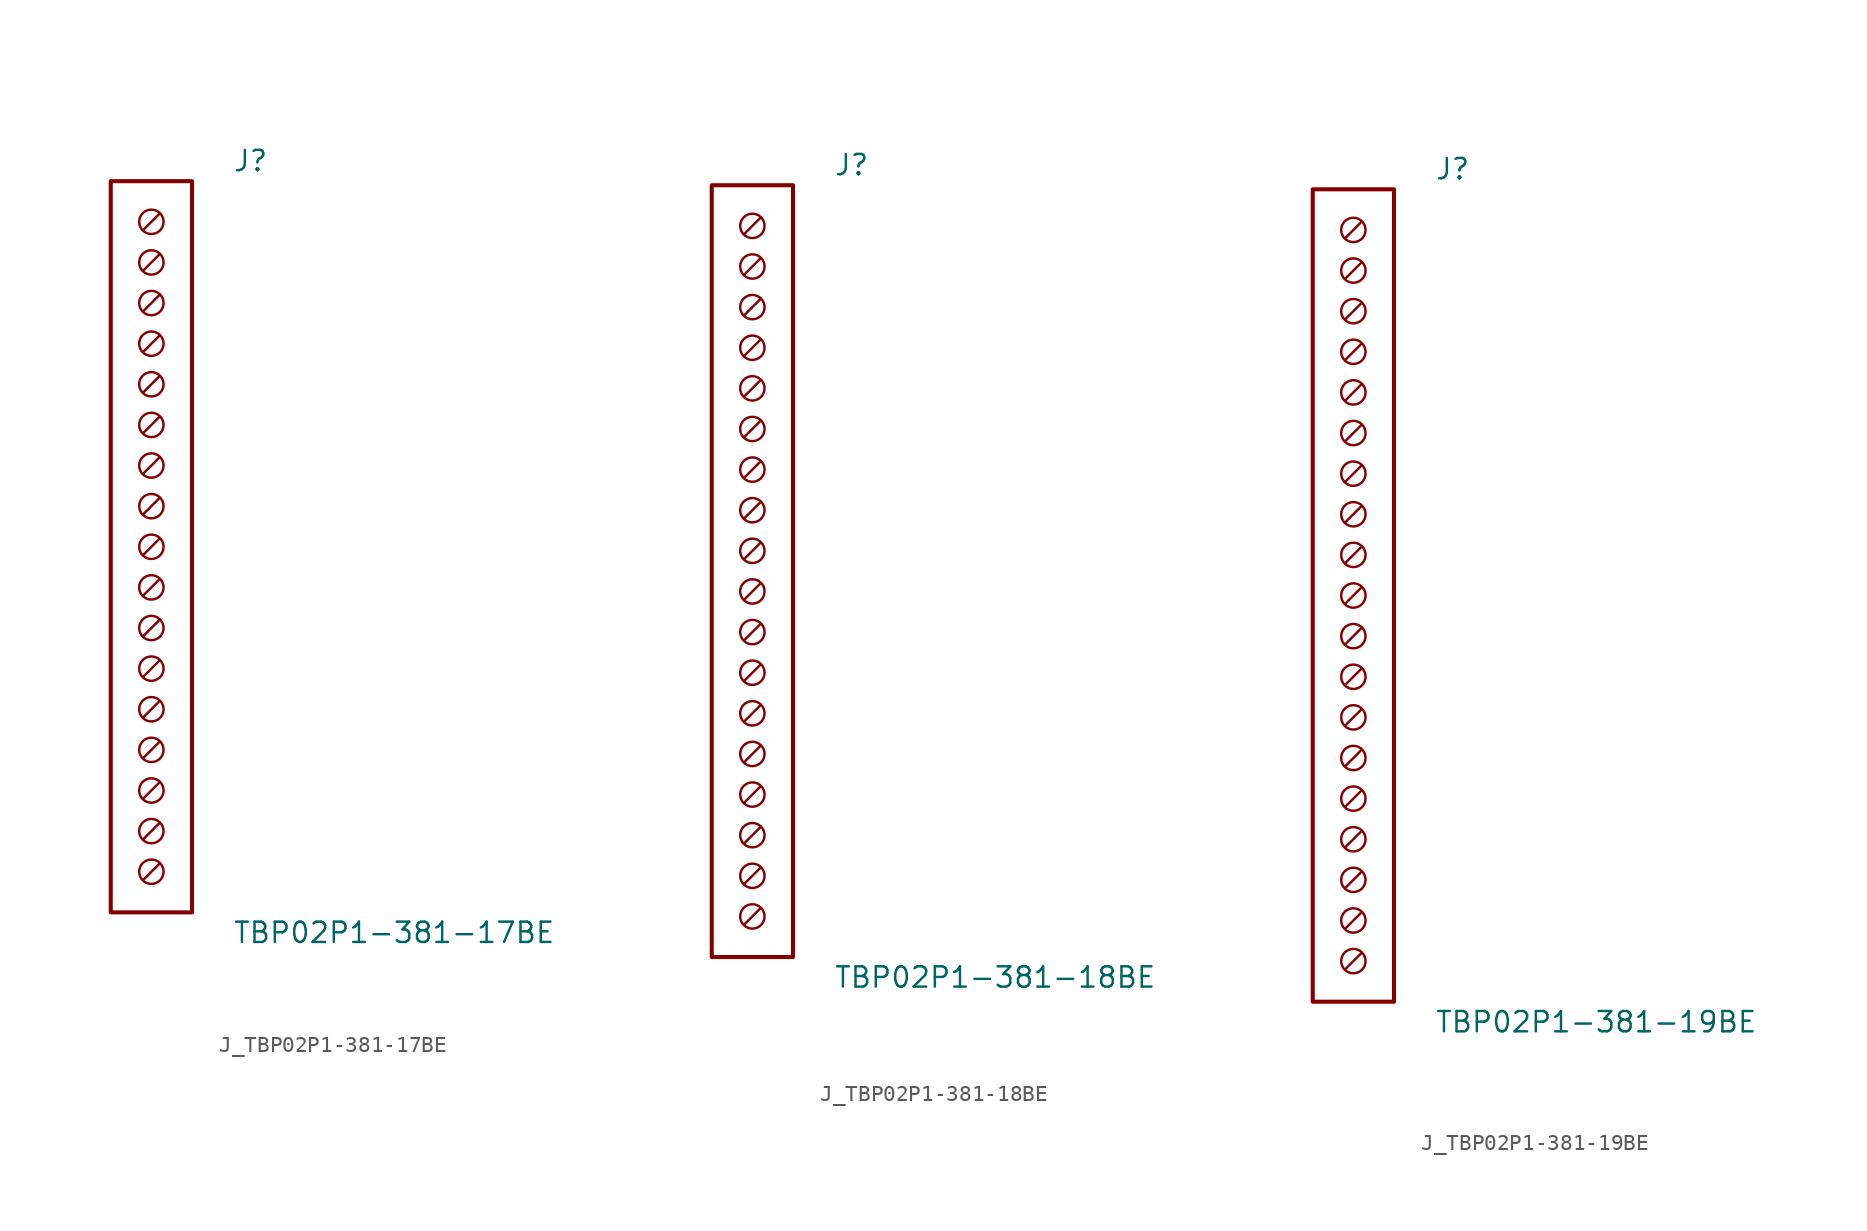
<source format=kicad_sym>
(kicad_symbol_lib
  (version 20231120)
  (generator kicad_symbol_editor)
  (generator_version 8.0)
  (symbol "J_TBP02P1-381-17BE"
    (pin_names
      (offset 0.254))
    (property "Reference" "J"
      (at 5.08 24.13 0)
      (effects (font (size 1.27 1.27)) (justify left)))
    (property "Value" "TBP02P1-381-17BE"
      (at 5.08 -24.13 0)
      (effects (font (size 1.27 1.27)) (justify left)))
    (symbol "J_TBP02P1-381-17BE_0_0"
      (circle (center 0 20.32) (radius 0.762) (stroke (width 0) (type default)) (fill (type none)))
      (polyline (pts (xy 0.508 20.828) (xy -0.508 19.812)) (stroke (width 0) (type default)) (fill (type none)))
      (circle (center 0 17.78) (radius 0.762) (stroke (width 0) (type default)) (fill (type none)))
      (polyline (pts (xy 0.508 18.288) (xy -0.508 17.272)) (stroke (width 0) (type default)) (fill (type none)))
      (circle (center 0 15.24) (radius 0.762) (stroke (width 0) (type default)) (fill (type none)))
      (polyline (pts (xy 0.508 15.748) (xy -0.508 14.732)) (stroke (width 0) (type default)) (fill (type none)))
      (circle (center 0 12.7) (radius 0.762) (stroke (width 0) (type default)) (fill (type none)))
      (polyline (pts (xy 0.508 13.208) (xy -0.508 12.192)) (stroke (width 0) (type default)) (fill (type none)))
      (circle (center 0 10.16) (radius 0.762) (stroke (width 0) (type default)) (fill (type none)))
      (polyline (pts (xy 0.508 10.668) (xy -0.508 9.652)) (stroke (width 0) (type default)) (fill (type none)))
      (circle (center 0 7.62) (radius 0.762) (stroke (width 0) (type default)) (fill (type none)))
      (polyline (pts (xy 0.508 8.128) (xy -0.508 7.112)) (stroke (width 0) (type default)) (fill (type none)))
      (circle (center 0 5.08) (radius 0.762) (stroke (width 0) (type default)) (fill (type none)))
      (polyline (pts (xy 0.508 5.588) (xy -0.508 4.572)) (stroke (width 0) (type default)) (fill (type none)))
      (circle (center 0 2.54) (radius 0.762) (stroke (width 0) (type default)) (fill (type none)))
      (polyline (pts (xy 0.508 3.048) (xy -0.508 2.032)) (stroke (width 0) (type default)) (fill (type none)))
      (circle (center 0 0.0) (radius 0.762) (stroke (width 0) (type default)) (fill (type none)))
      (polyline (pts (xy 0.508 0.508) (xy -0.508 -0.508)) (stroke (width 0) (type default)) (fill (type none)))
      (circle (center 0 -2.54) (radius 0.762) (stroke (width 0) (type default)) (fill (type none)))
      (polyline (pts (xy 0.508 -2.032) (xy -0.508 -3.048)) (stroke (width 0) (type default)) (fill (type none)))
      (circle (center 0 -5.08) (radius 0.762) (stroke (width 0) (type default)) (fill (type none)))
      (polyline (pts (xy 0.508 -4.572) (xy -0.508 -5.588)) (stroke (width 0) (type default)) (fill (type none)))
      (circle (center 0 -7.62) (radius 0.762) (stroke (width 0) (type default)) (fill (type none)))
      (polyline (pts (xy 0.508 -7.112) (xy -0.508 -8.128)) (stroke (width 0) (type default)) (fill (type none)))
      (circle (center 0 -10.16) (radius 0.762) (stroke (width 0) (type default)) (fill (type none)))
      (polyline (pts (xy 0.508 -9.652) (xy -0.508 -10.668)) (stroke (width 0) (type default)) (fill (type none)))
      (circle (center 0 -12.7) (radius 0.762) (stroke (width 0) (type default)) (fill (type none)))
      (polyline (pts (xy 0.508 -12.192) (xy -0.508 -13.208)) (stroke (width 0) (type default)) (fill (type none)))
      (circle (center 0 -15.24) (radius 0.762) (stroke (width 0) (type default)) (fill (type none)))
      (polyline (pts (xy 0.508 -14.732) (xy -0.508 -15.748)) (stroke (width 0) (type default)) (fill (type none)))
      (circle (center 0 -17.78) (radius 0.762) (stroke (width 0) (type default)) (fill (type none)))
      (polyline (pts (xy 0.508 -17.272) (xy -0.508 -18.288)) (stroke (width 0) (type default)) (fill (type none)))
      (circle (center 0 -20.32) (radius 0.762) (stroke (width 0) (type default)) (fill (type none)))
      (polyline (pts (xy 0.508 -19.812) (xy -0.508 -20.828)) (stroke (width 0) (type default)) (fill (type none))))
    (symbol "J_TBP02P1-381-17BE_1_0"
      (rectangle (start -2.54 22.86) (end 2.54 -22.86) (stroke (width 0.254) (type solid)) (fill (type none)))))
  (symbol "J_TBP02P1-381-18BE"
    (pin_names
      (offset 0.254))
    (property "Reference" "J"
      (at 5.08 25.4 0)
      (effects (font (size 1.27 1.27)) (justify left)))
    (property "Value" "TBP02P1-381-18BE"
      (at 5.08 -25.4 0)
      (effects (font (size 1.27 1.27)) (justify left)))
    (symbol "J_TBP02P1-381-18BE_0_0"
      (circle (center 0 21.59) (radius 0.762) (stroke (width 0) (type default)) (fill (type none)))
      (polyline (pts (xy 0.508 22.098) (xy -0.508 21.082)) (stroke (width 0) (type default)) (fill (type none)))
      (circle (center 0 19.05) (radius 0.762) (stroke (width 0) (type default)) (fill (type none)))
      (polyline (pts (xy 0.508 19.558) (xy -0.508 18.542)) (stroke (width 0) (type default)) (fill (type none)))
      (circle (center 0 16.51) (radius 0.762) (stroke (width 0) (type default)) (fill (type none)))
      (polyline (pts (xy 0.508 17.018) (xy -0.508 16.002)) (stroke (width 0) (type default)) (fill (type none)))
      (circle (center 0 13.97) (radius 0.762) (stroke (width 0) (type default)) (fill (type none)))
      (polyline (pts (xy 0.508 14.478) (xy -0.508 13.462)) (stroke (width 0) (type default)) (fill (type none)))
      (circle (center 0 11.43) (radius 0.762) (stroke (width 0) (type default)) (fill (type none)))
      (polyline (pts (xy 0.508 11.938) (xy -0.508 10.922)) (stroke (width 0) (type default)) (fill (type none)))
      (circle (center 0 8.89) (radius 0.762) (stroke (width 0) (type default)) (fill (type none)))
      (polyline (pts (xy 0.508 9.398) (xy -0.508 8.382)) (stroke (width 0) (type default)) (fill (type none)))
      (circle (center 0 6.35) (radius 0.762) (stroke (width 0) (type default)) (fill (type none)))
      (polyline (pts (xy 0.508 6.858) (xy -0.508 5.842)) (stroke (width 0) (type default)) (fill (type none)))
      (circle (center 0 3.81) (radius 0.762) (stroke (width 0) (type default)) (fill (type none)))
      (polyline (pts (xy 0.508 4.318) (xy -0.508 3.302)) (stroke (width 0) (type default)) (fill (type none)))
      (circle (center 0 1.27) (radius 0.762) (stroke (width 0) (type default)) (fill (type none)))
      (polyline (pts (xy 0.508 1.778) (xy -0.508 0.762)) (stroke (width 0) (type default)) (fill (type none)))
      (circle (center 0 -1.27) (radius 0.762) (stroke (width 0) (type default)) (fill (type none)))
      (polyline (pts (xy 0.508 -0.762) (xy -0.508 -1.778)) (stroke (width 0) (type default)) (fill (type none)))
      (circle (center 0 -3.81) (radius 0.762) (stroke (width 0) (type default)) (fill (type none)))
      (polyline (pts (xy 0.508 -3.302) (xy -0.508 -4.318)) (stroke (width 0) (type default)) (fill (type none)))
      (circle (center 0 -6.35) (radius 0.762) (stroke (width 0) (type default)) (fill (type none)))
      (polyline (pts (xy 0.508 -5.842) (xy -0.508 -6.858)) (stroke (width 0) (type default)) (fill (type none)))
      (circle (center 0 -8.89) (radius 0.762) (stroke (width 0) (type default)) (fill (type none)))
      (polyline (pts (xy 0.508 -8.382) (xy -0.508 -9.398)) (stroke (width 0) (type default)) (fill (type none)))
      (circle (center 0 -11.43) (radius 0.762) (stroke (width 0) (type default)) (fill (type none)))
      (polyline (pts (xy 0.508 -10.922) (xy -0.508 -11.938)) (stroke (width 0) (type default)) (fill (type none)))
      (circle (center 0 -13.97) (radius 0.762) (stroke (width 0) (type default)) (fill (type none)))
      (polyline (pts (xy 0.508 -13.462) (xy -0.508 -14.478)) (stroke (width 0) (type default)) (fill (type none)))
      (circle (center 0 -16.51) (radius 0.762) (stroke (width 0) (type default)) (fill (type none)))
      (polyline (pts (xy 0.508 -16.002) (xy -0.508 -17.018)) (stroke (width 0) (type default)) (fill (type none)))
      (circle (center 0 -19.05) (radius 0.762) (stroke (width 0) (type default)) (fill (type none)))
      (polyline (pts (xy 0.508 -18.542) (xy -0.508 -19.558)) (stroke (width 0) (type default)) (fill (type none)))
      (circle (center 0 -21.59) (radius 0.762) (stroke (width 0) (type default)) (fill (type none)))
      (polyline (pts (xy 0.508 -21.082) (xy -0.508 -22.098)) (stroke (width 0) (type default)) (fill (type none))))
    (symbol "J_TBP02P1-381-18BE_1_0"
      (rectangle (start -2.54 24.13) (end 2.54 -24.13) (stroke (width 0.254) (type solid)) (fill (type none)))))
  (symbol "J_TBP02P1-381-19BE"
    (pin_names
      (offset 0.254))
    (property "Reference" "J"
      (at 5.08 26.67 0)
      (effects (font (size 1.27 1.27)) (justify left)))
    (property "Value" "TBP02P1-381-19BE"
      (at 5.08 -26.67 0)
      (effects (font (size 1.27 1.27)) (justify left)))
    (symbol "J_TBP02P1-381-19BE_0_0"
      (circle (center 0 22.86) (radius 0.762) (stroke (width 0) (type default)) (fill (type none)))
      (polyline (pts (xy 0.508 23.368) (xy -0.508 22.352)) (stroke (width 0) (type default)) (fill (type none)))
      (circle (center 0 20.32) (radius 0.762) (stroke (width 0) (type default)) (fill (type none)))
      (polyline (pts (xy 0.508 20.828) (xy -0.508 19.812)) (stroke (width 0) (type default)) (fill (type none)))
      (circle (center 0 17.78) (radius 0.762) (stroke (width 0) (type default)) (fill (type none)))
      (polyline (pts (xy 0.508 18.288) (xy -0.508 17.272)) (stroke (width 0) (type default)) (fill (type none)))
      (circle (center 0 15.24) (radius 0.762) (stroke (width 0) (type default)) (fill (type none)))
      (polyline (pts (xy 0.508 15.748) (xy -0.508 14.732)) (stroke (width 0) (type default)) (fill (type none)))
      (circle (center 0 12.7) (radius 0.762) (stroke (width 0) (type default)) (fill (type none)))
      (polyline (pts (xy 0.508 13.208) (xy -0.508 12.192)) (stroke (width 0) (type default)) (fill (type none)))
      (circle (center 0 10.16) (radius 0.762) (stroke (width 0) (type default)) (fill (type none)))
      (polyline (pts (xy 0.508 10.668) (xy -0.508 9.652)) (stroke (width 0) (type default)) (fill (type none)))
      (circle (center 0 7.62) (radius 0.762) (stroke (width 0) (type default)) (fill (type none)))
      (polyline (pts (xy 0.508 8.128) (xy -0.508 7.112)) (stroke (width 0) (type default)) (fill (type none)))
      (circle (center 0 5.08) (radius 0.762) (stroke (width 0) (type default)) (fill (type none)))
      (polyline (pts (xy 0.508 5.588) (xy -0.508 4.572)) (stroke (width 0) (type default)) (fill (type none)))
      (circle (center 0 2.54) (radius 0.762) (stroke (width 0) (type default)) (fill (type none)))
      (polyline (pts (xy 0.508 3.048) (xy -0.508 2.032)) (stroke (width 0) (type default)) (fill (type none)))
      (circle (center 0 0.0) (radius 0.762) (stroke (width 0) (type default)) (fill (type none)))
      (polyline (pts (xy 0.508 0.508) (xy -0.508 -0.508)) (stroke (width 0) (type default)) (fill (type none)))
      (circle (center 0 -2.54) (radius 0.762) (stroke (width 0) (type default)) (fill (type none)))
      (polyline (pts (xy 0.508 -2.032) (xy -0.508 -3.048)) (stroke (width 0) (type default)) (fill (type none)))
      (circle (center 0 -5.08) (radius 0.762) (stroke (width 0) (type default)) (fill (type none)))
      (polyline (pts (xy 0.508 -4.572) (xy -0.508 -5.588)) (stroke (width 0) (type default)) (fill (type none)))
      (circle (center 0 -7.62) (radius 0.762) (stroke (width 0) (type default)) (fill (type none)))
      (polyline (pts (xy 0.508 -7.112) (xy -0.508 -8.128)) (stroke (width 0) (type default)) (fill (type none)))
      (circle (center 0 -10.16) (radius 0.762) (stroke (width 0) (type default)) (fill (type none)))
      (polyline (pts (xy 0.508 -9.652) (xy -0.508 -10.668)) (stroke (width 0) (type default)) (fill (type none)))
      (circle (center 0 -12.7) (radius 0.762) (stroke (width 0) (type default)) (fill (type none)))
      (polyline (pts (xy 0.508 -12.192) (xy -0.508 -13.208)) (stroke (width 0) (type default)) (fill (type none)))
      (circle (center 0 -15.24) (radius 0.762) (stroke (width 0) (type default)) (fill (type none)))
      (polyline (pts (xy 0.508 -14.732) (xy -0.508 -15.748)) (stroke (width 0) (type default)) (fill (type none)))
      (circle (center 0 -17.78) (radius 0.762) (stroke (width 0) (type default)) (fill (type none)))
      (polyline (pts (xy 0.508 -17.272) (xy -0.508 -18.288)) (stroke (width 0) (type default)) (fill (type none)))
      (circle (center 0 -20.32) (radius 0.762) (stroke (width 0) (type default)) (fill (type none)))
      (polyline (pts (xy 0.508 -19.812) (xy -0.508 -20.828)) (stroke (width 0) (type default)) (fill (type none)))
      (circle (center 0 -22.86) (radius 0.762) (stroke (width 0) (type default)) (fill (type none)))
      (polyline (pts (xy 0.508 -22.352) (xy -0.508 -23.368)) (stroke (width 0) (type default)) (fill (type none))))
    (symbol "J_TBP02P1-381-19BE_1_0"
      (rectangle (start -2.54 25.4) (end 2.54 -25.4) (stroke (width 0.254) (type solid)) (fill (type none))))))
</source>
